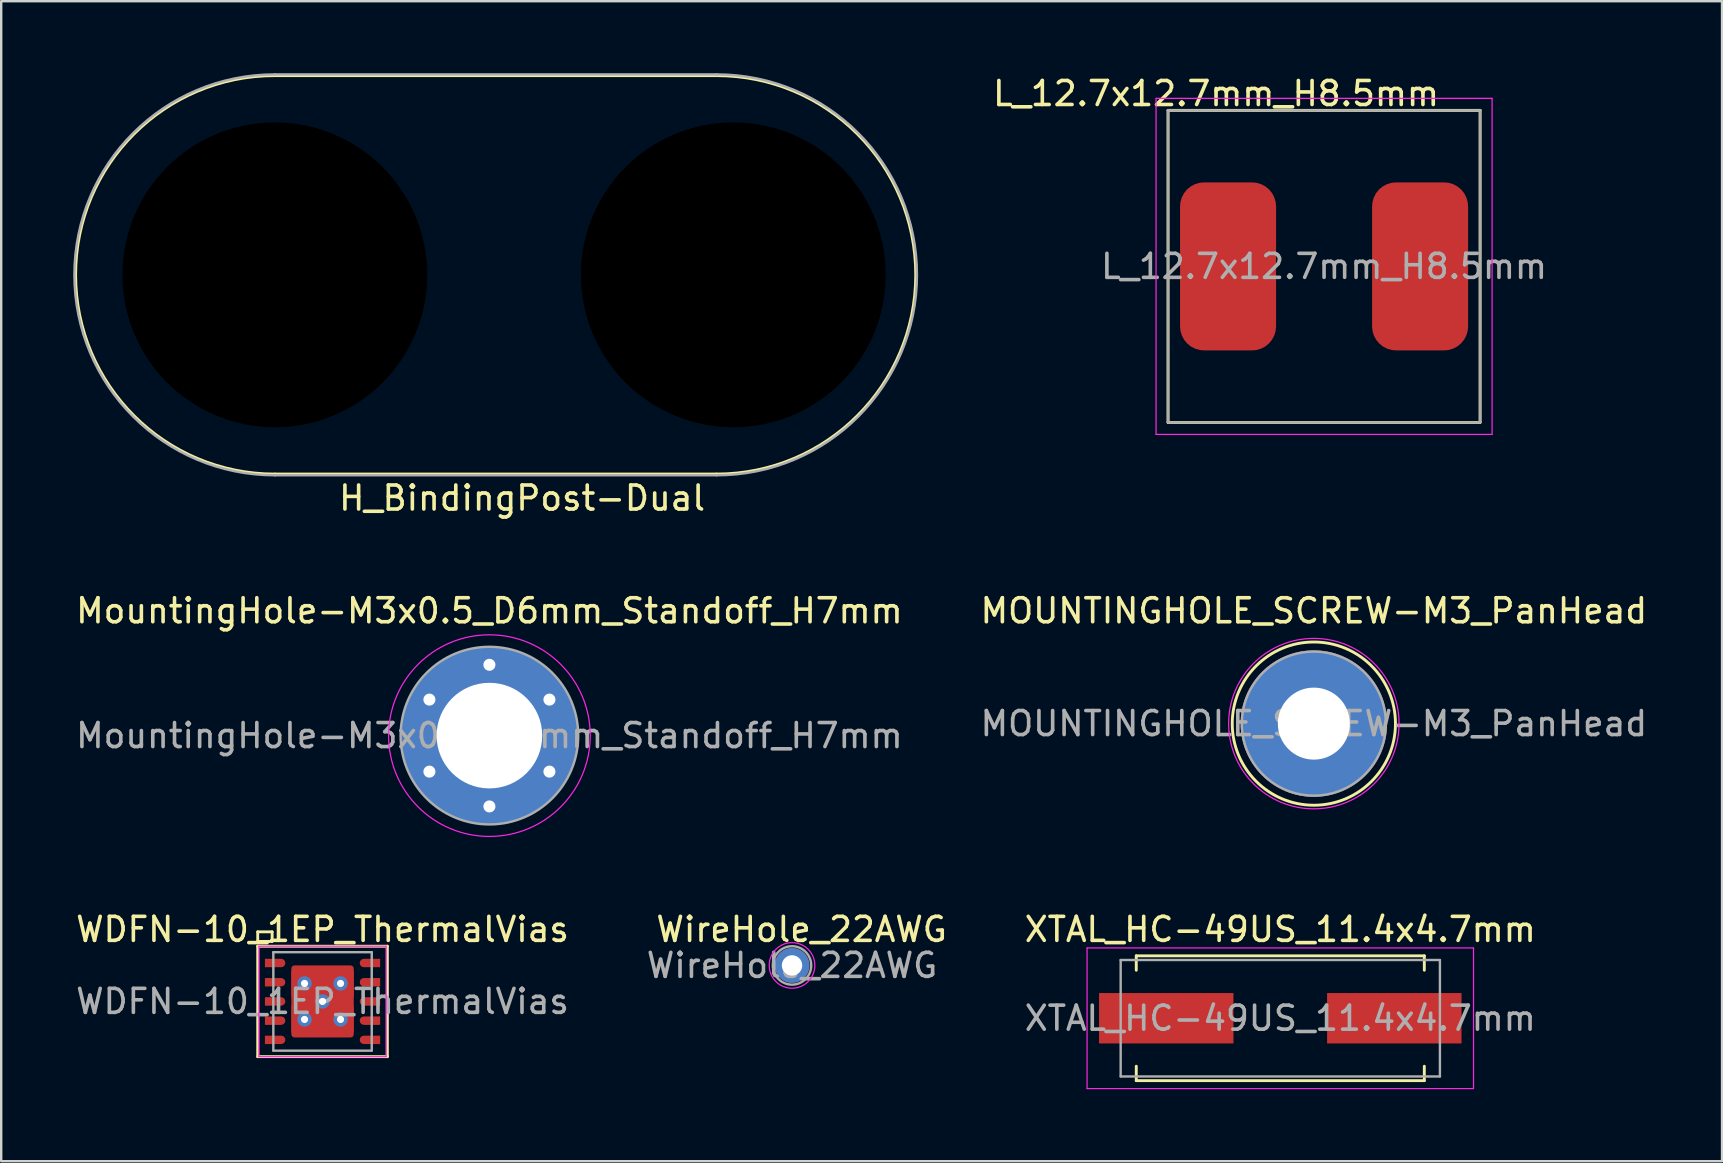
<source format=kicad_pcb>
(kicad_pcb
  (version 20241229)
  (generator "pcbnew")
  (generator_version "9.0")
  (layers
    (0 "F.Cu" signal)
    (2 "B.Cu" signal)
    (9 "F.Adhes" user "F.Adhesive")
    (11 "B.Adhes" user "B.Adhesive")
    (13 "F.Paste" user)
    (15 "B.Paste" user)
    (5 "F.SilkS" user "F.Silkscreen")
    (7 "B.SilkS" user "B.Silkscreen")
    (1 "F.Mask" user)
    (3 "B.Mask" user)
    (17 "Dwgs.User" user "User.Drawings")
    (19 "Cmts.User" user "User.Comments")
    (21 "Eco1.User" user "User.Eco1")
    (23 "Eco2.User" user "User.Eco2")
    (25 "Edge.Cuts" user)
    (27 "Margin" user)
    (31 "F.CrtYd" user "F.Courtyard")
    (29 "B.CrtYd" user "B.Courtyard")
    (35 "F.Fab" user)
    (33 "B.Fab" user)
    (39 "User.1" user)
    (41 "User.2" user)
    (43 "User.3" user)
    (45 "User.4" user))
  (footprint "WDFN-10_1EP_ThermalVias"
    (layer "F.Cu")
    (at 10.387 38.67)
    (property "Reference" "WDFN-10_1EP_ThermalVias" (at 0 -3 0) (layer "F.SilkS") (effects (font (size 1 1) (thickness 0.15))))
    (attr smd)
    (fp_line (start -2.7 -2.9) (end -2.7 -2.5) (stroke (width 0.12) (type solid)) (layer "F.SilkS"))
    (fp_line (start -2.7 -2.5) (end -2.1 -2.5) (stroke (width 0.12) (type solid)) (layer "F.SilkS"))
    (fp_line (start -2.7 -2.3) (end 2.7 -2.3) (stroke (width 0.12) (type solid)) (layer "F.SilkS"))
    (fp_line (start -2.7 2.3) (end -2.7 -2.3) (stroke (width 0.12) (type solid)) (layer "F.SilkS"))
    (fp_line (start -2.1 -2.9) (end -2.7 -2.9) (stroke (width 0.12) (type solid)) (layer "F.SilkS"))
    (fp_line (start -2.1 -2.5) (end -2.1 -2.9) (stroke (width 0.12) (type solid)) (layer "F.SilkS"))
    (fp_line (start 2.7 -2.3) (end 2.7 2.3) (stroke (width 0.12) (type solid)) (layer "F.SilkS"))
    (fp_line (start 2.7 2.3) (end -2.7 2.3) (stroke (width 0.12) (type solid)) (layer "F.SilkS"))
    (fp_line (start -2.65 -2.3) (end -2.65 2.3) (stroke (width 0.05) (type solid)) (layer "F.CrtYd"))
    (fp_line (start -2.65 -2.3) (end 2.65 -2.3) (stroke (width 0.05) (type solid)) (layer "F.CrtYd"))
    (fp_line (start -2.65 2.3) (end 2.65 2.3) (stroke (width 0.05) (type solid)) (layer "F.CrtYd"))
    (fp_line (start 2.65 -2.3) (end 2.65 2.3) (stroke (width 0.05) (type solid)) (layer "F.CrtYd"))
    (fp_line (start -2.05 -2.05) (end -2.05 2.05) (stroke (width 0.1) (type solid)) (layer "F.Fab"))
    (fp_line (start -2.05 -2.05) (end 2.05 -2.05) (stroke (width 0.1) (type solid)) (layer "F.Fab"))
    (fp_line (start -2.05 2.05) (end 2.05 2.05) (stroke (width 0.1) (type solid)) (layer "F.Fab"))
    (fp_line (start 2.05 -2.05) (end 2.05 2.05) (stroke (width 0.1) (type solid)) (layer "F.Fab"))
    (fp_text user "${REFERENCE}" (at 0 0 0) (layer "F.Fab") (effects (font (size 1 1) (thickness 0.15))))
    (pad "1" smd custom (at -1.725 -1.6 270) (size 0.3 0.3) (layers "F.Cu" "F.Paste") (options (anchor circle)) (primitives (gr_poly (pts (xy -0.15 0) (xy 0.15 0) (xy 0.15 0.65) (xy -0.15 0.65)) (width 0) (fill yes))))
    (pad "1" smd custom (at -1.725 -1.6 270) (size 0.35 0.35) (layers "F.Cu" "F.Mask") (options (anchor circle)) (primitives (gr_poly (pts (xy -0.175 0) (xy 0.175 0) (xy 0.175 0.675) (xy -0.175 0.675)) (width 0) (fill yes))))
    (pad "2" smd custom (at -1.725 -0.8 270) (size 0.3 0.3) (layers "F.Cu" "F.Paste") (options (anchor circle)) (primitives (gr_poly (pts (xy -0.15 0) (xy 0.15 0) (xy 0.15 0.65) (xy -0.15 0.65)) (width 0) (fill yes))))
    (pad "2" smd custom (at -1.725 -0.8 270) (size 0.35 0.35) (layers "F.Cu" "F.Mask") (options (anchor circle)) (primitives (gr_poly (pts (xy -0.175 0) (xy 0.175 0) (xy 0.175 0.675) (xy -0.175 0.675)) (width 0) (fill yes))))
    (pad "3" smd custom (at -1.725 0 270) (size 0.3 0.3) (layers "F.Cu" "F.Paste") (options (anchor circle)) (primitives (gr_poly (pts (xy -0.15 0) (xy 0.15 0) (xy 0.15 0.65) (xy -0.15 0.65)) (width 0) (fill yes))))
    (pad "3" smd custom (at -1.725 0 270) (size 0.35 0.35) (layers "F.Cu" "F.Mask") (options (anchor circle)) (primitives (gr_poly (pts (xy -0.175 0) (xy 0.175 0) (xy 0.175 0.675) (xy -0.175 0.675)) (width 0) (fill yes))))
    (pad "4" smd custom (at -1.725 0.8 270) (size 0.3 0.3) (layers "F.Cu" "F.Paste") (options (anchor circle)) (primitives (gr_poly (pts (xy -0.15 0) (xy 0.15 0) (xy 0.15 0.65) (xy -0.15 0.65)) (width 0) (fill yes))))
    (pad "4" smd custom (at -1.725 0.8 270) (size 0.35 0.35) (layers "F.Cu" "F.Mask") (options (anchor circle)) (primitives (gr_poly (pts (xy -0.175 0) (xy 0.175 0) (xy 0.175 0.675) (xy -0.175 0.675)) (width 0) (fill yes))))
    (pad "5" smd custom (at -1.725 1.6 270) (size 0.3 0.3) (layers "F.Cu" "F.Paste") (options (anchor circle)) (primitives (gr_poly (pts (xy -0.15 0) (xy 0.15 0) (xy 0.15 0.65) (xy -0.15 0.65)) (width 0) (fill yes))))
    (pad "5" smd custom (at -1.725 1.6 270) (size 0.35 0.35) (layers "F.Cu" "F.Mask") (options (anchor circle)) (primitives (gr_poly (pts (xy -0.175 0) (xy 0.175 0) (xy 0.175 0.675) (xy -0.175 0.675)) (width 0) (fill yes))))
    (pad "6" smd custom (at 1.725 1.6 90) (size 0.3 0.3) (layers "F.Cu" "F.Paste") (options (anchor circle)) (primitives (gr_poly (pts (xy -0.15 0) (xy 0.15 0) (xy 0.15 0.65) (xy -0.15 0.65)) (width 0) (fill yes))))
    (pad "6" smd custom (at 1.725 1.6 90) (size 0.35 0.35) (layers "F.Cu" "F.Mask") (options (anchor circle)) (primitives (gr_poly (pts (xy -0.175 0) (xy 0.175 0) (xy 0.175 0.675) (xy -0.175 0.675)) (width 0) (fill yes))))
    (pad "7" smd custom (at 1.725 0.8 90) (size 0.3 0.3) (layers "F.Cu" "F.Paste") (options (anchor circle)) (primitives (gr_poly (pts (xy -0.15 0) (xy 0.15 0) (xy 0.15 0.65) (xy -0.15 0.65)) (width 0) (fill yes))))
    (pad "7" smd custom (at 1.725 0.8 90) (size 0.35 0.35) (layers "F.Cu" "F.Mask") (options (anchor circle)) (primitives (gr_poly (pts (xy -0.175 0) (xy 0.175 0) (xy 0.175 0.675) (xy -0.175 0.675)) (width 0) (fill yes))))
    (pad "8" smd custom (at 1.725 0 90) (size 0.3 0.3) (layers "F.Cu" "F.Paste") (options (anchor circle)) (primitives (gr_poly (pts (xy -0.15 0) (xy 0.15 0) (xy 0.15 0.65) (xy -0.15 0.65)) (width 0) (fill yes))))
    (pad "8" smd custom (at 1.725 0 90) (size 0.35 0.35) (layers "F.Cu" "F.Mask") (options (anchor circle)) (primitives (gr_poly (pts (xy -0.175 0) (xy 0.175 0) (xy 0.175 0.675) (xy -0.175 0.675)) (width 0) (fill yes))))
    (pad "9" smd custom (at 1.725 -0.8 90) (size 0.3 0.3) (layers "F.Cu" "F.Paste") (options (anchor circle)) (primitives (gr_poly (pts (xy -0.15 0) (xy 0.15 0) (xy 0.15 0.65) (xy -0.15 0.65)) (width 0) (fill yes))))
    (pad "9" smd custom (at 1.725 -0.8 90) (size 0.35 0.35) (layers "F.Cu" "F.Mask") (options (anchor circle)) (primitives (gr_poly (pts (xy -0.175 0) (xy 0.175 0) (xy 0.175 0.675) (xy -0.175 0.675)) (width 0) (fill yes))))
    (pad "10" smd custom (at 1.725 -1.6 90) (size 0.3 0.3) (layers "F.Cu" "F.Paste") (options (anchor circle)) (primitives (gr_poly (pts (xy -0.15 0) (xy 0.15 0) (xy 0.15 0.65) (xy -0.15 0.65)) (width 0) (fill yes))))
    (pad "10" smd custom (at 1.725 -1.6 90) (size 0.35 0.35) (layers "F.Cu" "F.Mask") (options (anchor circle)) (primitives (gr_poly (pts (xy -0.175 0) (xy 0.175 0) (xy 0.175 0.675) (xy -0.175 0.675)) (width 0) (fill yes))))
    (pad "11" thru_hole circle (at -0.75 -0.75) (size 0.6 0.6) (drill 0.3) (layers "*.Cu" "*.Mask"))
    (pad "11" thru_hole circle (at -0.75 0.75) (size 0.6 0.6) (drill 0.3) (layers "*.Cu" "*.Mask"))
    (pad "11" smd roundrect (at -0.725 -0.725) (size 1.15 1.15) (layers "F.Cu" "F.Paste") (roundrect_rratio 0.05))
    (pad "11" smd roundrect (at -0.725 0.725) (size 1.15 1.15) (layers "F.Cu" "F.Paste") (roundrect_rratio 0.05))
    (pad "11" thru_hole circle (at 0 0) (size 0.6 0.6) (drill 0.3) (layers "*.Cu" "*.Mask"))
    (pad "11" smd roundrect (at 0 0) (size 2.6 3) (layers "F.Cu" "F.Mask") (roundrect_rratio 0.05))
    (pad "11" smd roundrect (at 0.725 -0.725) (size 1.15 1.15) (layers "F.Cu" "F.Paste") (roundrect_rratio 0.05))
    (pad "11" smd roundrect (at 0.725 0.725) (size 1.15 1.15) (layers "F.Cu" "F.Paste") (roundrect_rratio 0.05))
    (pad "11" thru_hole circle (at 0.75 -0.75) (size 0.6 0.6) (drill 0.3) (layers "*.Cu" "*.Mask"))
    (pad "11" thru_hole circle (at 0.75 0.75) (size 0.6 0.6) (drill 0.3) (layers "*.Cu" "*.Mask")))
  (footprint "MountingHole-M3x0.5_D6mm_Standoff_H7mm"
    (layer "F.Cu")
    (at 17.339 27.596)
    (property "Reference" "MountingHole-M3x0.5_D6mm_Standoff_H7mm" (at 0 -5.2 0) (layer "F.SilkS") (effects (font (size 1 1) (thickness 0.15))))
    (attr smd)
    (fp_arc (start 2.9375 0) (mid -2.9375 0) (end 2.9375 0) (stroke (width 1.395) (type solid)) (layer "F.Paste"))
    (fp_line (start -2.2 0) (end -3.6 0) (stroke (width 0.8) (type solid)) (layer "Margin"))
    (fp_line (start 0 -2.2) (end 0 -3.6) (stroke (width 0.8) (type solid)) (layer "Margin"))
    (fp_line (start 0 2.2) (end 0 3.6) (stroke (width 0.8) (type solid)) (layer "Margin"))
    (fp_line (start 2.2 0) (end 3.6 0) (stroke (width 0.8) (type solid)) (layer "Margin"))
    (fp_circle (center 0 0) (end 4.2 0) (stroke (width 0.05) (type solid)) (fill no) (layer "F.CrtYd"))
    (fp_circle (center 0 0) (end 3.7 0) (stroke (width 0.1) (type solid)) (fill no) (layer "F.Fab"))
    (fp_text user "${REFERENCE}" (at 0 0 0) (layer "F.Fab") (effects (font (size 1 1) (thickness 0.15))))
    (pad "1" thru_hole circle (at -2.5 -1.5) (size 1 1) (drill 0.5) (layers "*.Cu" "*.Mask"))
    (pad "1" thru_hole circle (at -2.5 1.5) (size 1 1) (drill 0.5) (layers "*.Cu" "*.Mask"))
    (pad "1" thru_hole circle (at 0 -2.95) (size 1 1) (drill 0.5) (layers "*.Cu" "*.Mask"))
    (pad "1" thru_hole circle (at 0 0) (size 7.4 7.4) (drill 4.4) (layers "*.Cu" "*.Mask"))
    (pad "1" thru_hole circle (at 0 2.95) (size 1 1) (drill 0.5) (layers "*.Cu" "*.Mask"))
    (pad "1" thru_hole circle (at 2.5 -1.5) (size 1 1) (drill 0.5) (layers "*.Cu" "*.Mask"))
    (pad "1" thru_hole circle (at 2.5 1.5) (size 1 1) (drill 0.5) (layers "*.Cu" "*.Mask")))
  (footprint "WireHole_22AWG"
    (layer "F.Cu")
    (at 29.946 37.17)
    (property "Reference" "WireHole_22AWG" (at 0.4 -1.5 0) (layer "F.SilkS") (effects (font (size 1 1) (thickness 0.15))))
    (attr through_hole)
    (fp_circle (center 0 0) (end 0 0.95) (stroke (width 0.05) (type solid)) (fill no) (layer "F.CrtYd"))
    (fp_circle (center 0 0) (end 0 0.8) (stroke (width 0.1) (type solid)) (fill no) (layer "F.Fab"))
    (fp_text user "${REFERENCE}" (at 0 0 0) (layer "F.Fab") (effects (font (size 1 1) (thickness 0.15))))
    (pad "1" thru_hole circle (at 0 0) (size 1.45 1.45) (drill 0.85) (layers "*.Cu" "*.Mask")))
  (footprint "XTAL_HC-49US_11.4x4.7mm"
    (layer "F.Cu")
    (at 50.287 39.37)
    (property "Reference" "XTAL_HC-49US_11.4x4.7mm" (at 0 -3.7 0) (layer "F.SilkS") (effects (font (size 1 1) (thickness 0.15))))
    (attr smd)
    (fp_line (start -6 -2) (end -6 -2.6) (stroke (width 0.12) (type solid)) (layer "F.SilkS"))
    (fp_line (start -6 2.6) (end -6 2) (stroke (width 0.12) (type solid)) (layer "F.SilkS"))
    (fp_line (start 6 -2.6) (end -6 -2.6) (stroke (width 0.12) (type solid)) (layer "F.SilkS"))
    (fp_line (start 6 -2) (end 6 -2.6) (stroke (width 0.12) (type solid)) (layer "F.SilkS"))
    (fp_line (start 6 2.6) (end -6 2.6) (stroke (width 0.12) (type solid)) (layer "F.SilkS"))
    (fp_line (start 6 2.6) (end 6 2) (stroke (width 0.12) (type solid)) (layer "F.SilkS"))
    (fp_line (start -8.05 -2.93) (end -8.05 2.93) (stroke (width 0.05) (type solid)) (layer "F.CrtYd"))
    (fp_line (start -8.05 -2.93) (end 8.05 -2.93) (stroke (width 0.05) (type solid)) (layer "F.CrtYd"))
    (fp_line (start -8.05 2.93) (end 8.05 2.93) (stroke (width 0.05) (type solid)) (layer "F.CrtYd"))
    (fp_line (start 8.05 2.93) (end 8.05 -2.93) (stroke (width 0.05) (type solid)) (layer "F.CrtYd"))
    (fp_line (start -6.65 -2.425) (end 6.65 -2.425) (stroke (width 0.1) (type solid)) (layer "F.Fab"))
    (fp_line (start -6.65 2.425) (end -6.65 -2.425) (stroke (width 0.1) (type solid)) (layer "F.Fab"))
    (fp_line (start -6.65 2.425) (end 6.65 2.425) (stroke (width 0.1) (type solid)) (layer "F.Fab"))
    (fp_line (start 6.65 -2.425) (end 6.65 2.425) (stroke (width 0.1) (type solid)) (layer "F.Fab"))
    (fp_text user "${REFERENCE}" (at 0 0 0) (layer "F.Fab") (effects (font (size 1 1) (thickness 0.15))))
    (pad "1" smd rect (at -4.75 0) (size 5.6 2.1) (layers "F.Cu" "F.Mask" "F.Paste"))
    (pad "2" smd rect (at 4.75 0) (size 5.6 2.1) (layers "F.Cu" "F.Mask" "F.Paste")))
  (footprint "MOUNTINGHOLE_SCREW-M3_PanHead"
    (layer "F.Cu")
    (at 51.685 27.096)
    (property "Reference" "MOUNTINGHOLE_SCREW-M3_PanHead" (at 0 -4.7 0) (layer "F.SilkS") (effects (font (size 1 1) (thickness 0.15))))
    (attr exclude_from_pos_files exclude_from_bom)
    (fp_circle (center 0 0) (end 3.4 0) (stroke (width 0.12) (type solid)) (fill no) (layer "F.SilkS"))
    (fp_circle (center 0 0) (end 3.55 0) (stroke (width 0.05) (type solid)) (fill no) (layer "F.CrtYd"))
    (fp_circle (center 0 0) (end 3 0) (stroke (width 0.1) (type solid)) (fill no) (layer "F.Fab"))
    (fp_text user "${REFERENCE}" (at 0 0 0) (layer "F.Fab") (effects (font (size 1 1) (thickness 0.15))))
    (pad "1" thru_hole circle (at 0 0) (size 6.1 6.1) (drill 3) (layers "*.Cu" "*.Mask")))
  (footprint "L_12.7x12.7mm_H8.5mm"
    (layer "F.Cu")
    (at 52.111 8.048)
    (property "Reference" "L_12.7x12.7mm_H8.5mm" (at -4.5 -7.2 0) (layer "F.SilkS") (effects (font (size 1 1) (thickness 0.15))))
    (attr smd)
    (fp_line (start -6.5 -6.5) (end 6.5 -6.5) (stroke (width 0.12) (type solid)) (layer "F.SilkS"))
    (fp_line (start -6.5 6.5) (end -6.5 -6.5) (stroke (width 0.12) (type solid)) (layer "F.SilkS"))
    (fp_line (start 6.5 -6.5) (end 6.5 6.5) (stroke (width 0.12) (type solid)) (layer "F.SilkS"))
    (fp_line (start 6.5 6.5) (end -6.5 6.5) (stroke (width 0.12) (type solid)) (layer "F.SilkS"))
    (fp_poly (pts (xy -1.8 -6.5) (xy -1.8 6.5) (xy 1.8 6.5) (xy 1.8 -6.5)) (stroke (width 0.15) (type solid)) (fill no) (layer "Margin"))
    (fp_line (start -7 7) (end -7 -7) (stroke (width 0.05) (type solid)) (layer "F.CrtYd"))
    (fp_line (start 7 -7) (end -7 -7) (stroke (width 0.05) (type solid)) (layer "F.CrtYd"))
    (fp_line (start 7 7) (end -7 7) (stroke (width 0.05) (type solid)) (layer "F.CrtYd"))
    (fp_line (start 7 7) (end 7 -7) (stroke (width 0.05) (type solid)) (layer "F.CrtYd"))
    (fp_line (start -6.5 6.5) (end -6.5 -6.5) (stroke (width 0.1) (type solid)) (layer "F.Fab"))
    (fp_line (start 6.5 -6.5) (end -6.5 -6.5) (stroke (width 0.1) (type solid)) (layer "F.Fab"))
    (fp_line (start 6.5 6.5) (end -6.5 6.5) (stroke (width 0.1) (type solid)) (layer "F.Fab"))
    (fp_line (start 6.5 6.5) (end 6.5 -6.5) (stroke (width 0.1) (type solid)) (layer "F.Fab"))
    (fp_text user "${REFERENCE}" (at 0 0 0) (layer "F.Fab") (effects (font (size 1 1) (thickness 0.15))))
    (pad "1" smd roundrect (at -4 0) (size 4 7) (layers "F.Cu" "F.Mask" "F.Paste") (roundrect_rratio 0.25))
    (pad "2" smd roundrect (at 4 0) (size 4 7) (layers "F.Cu" "F.Mask" "F.Paste") (roundrect_rratio 0.25)))
  (footprint "H_BindingPost-Dual"
    (layer "F.Cu")
    (at 8.4 8.4)
    (property "Reference" "H_BindingPost-Dual" (at 10.3 9.3 0) (unlocked yes) (layer "F.SilkS") (effects (font (size 1 1) (thickness 0.15))))
    (fp_line (start 18.4 -8.3) (end 0 -8.3) (stroke (width 0.12) (type solid)) (layer "F.SilkS"))
    (fp_line (start 18.4 8.3) (end 0 8.3) (stroke (width 0.12) (type solid)) (layer "F.SilkS"))
    (fp_arc (start 0 8.3) (mid -8.3 0) (end 0 -8.3) (stroke (width 0.12) (type solid)) (layer "F.SilkS"))
    (fp_arc (start 18.4 -8.3) (mid 26.7 0) (end 18.4 8.3) (stroke (width 0.12) (type solid)) (layer "F.SilkS"))
    (fp_line (start 0 -8.35) (end 18.4 -8.35) (stroke (width 0.1) (type solid)) (layer "F.Fab"))
    (fp_line (start 0 8.35) (end 18.4 8.35) (stroke (width 0.1) (type solid)) (layer "F.Fab"))
    (fp_arc (start 0 8.35) (mid -8.35 0) (end 0 -8.35) (stroke (width 0.1) (type solid)) (layer "F.Fab"))
    (fp_arc (start 18.4 -8.35) (mid 26.75 0) (end 18.4 8.35) (stroke (width 0.1) (type solid)) (layer "F.Fab"))
    (pad "" np_thru_hole circle (at 0 0) (size 12.7 12.7) (drill 12.7) (layers "*.Mask"))
    (pad "" np_thru_hole circle (at 19.1 0) (size 12.7 12.7) (drill 12.7) (layers "*.Mask")))
  (gr_rect
    (start -3 -3)
    (end 68.69 45.325)
    (stroke (width 0.1) (type default))
    (fill no)
    (layer "Edge.Cuts")))
</source>
